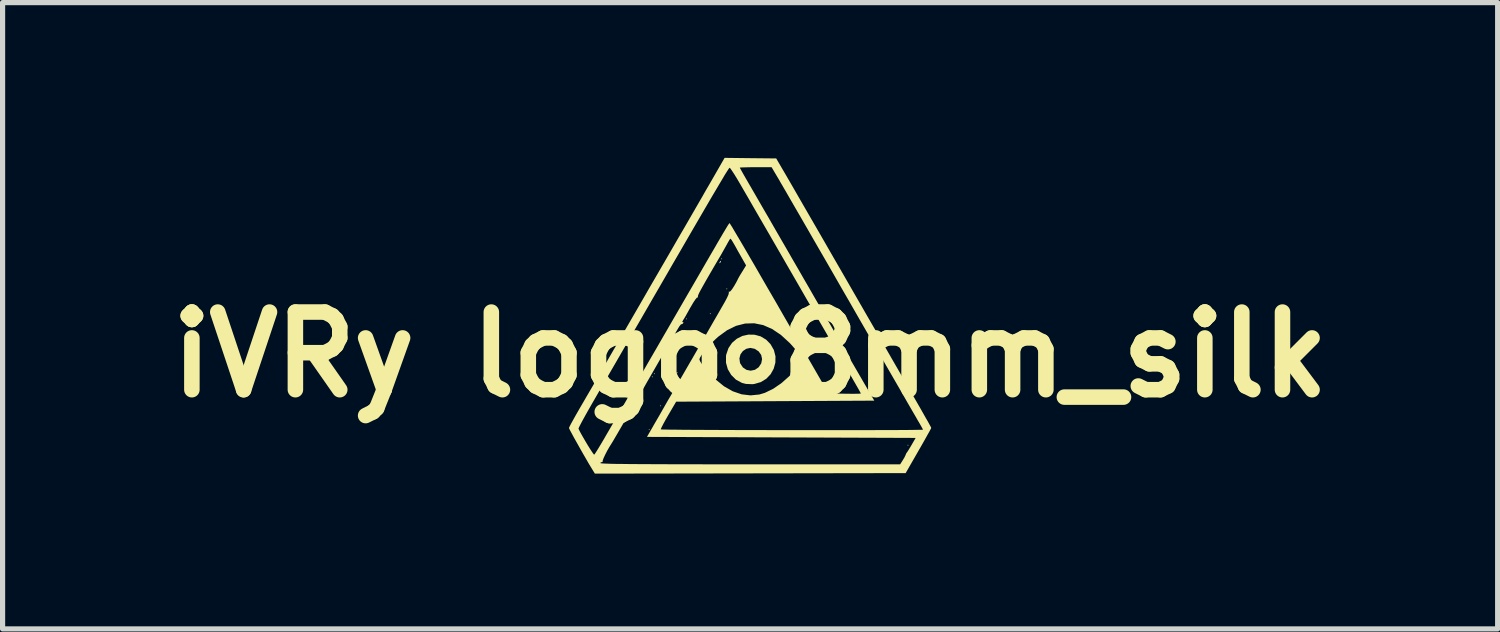
<source format=kicad_pcb>
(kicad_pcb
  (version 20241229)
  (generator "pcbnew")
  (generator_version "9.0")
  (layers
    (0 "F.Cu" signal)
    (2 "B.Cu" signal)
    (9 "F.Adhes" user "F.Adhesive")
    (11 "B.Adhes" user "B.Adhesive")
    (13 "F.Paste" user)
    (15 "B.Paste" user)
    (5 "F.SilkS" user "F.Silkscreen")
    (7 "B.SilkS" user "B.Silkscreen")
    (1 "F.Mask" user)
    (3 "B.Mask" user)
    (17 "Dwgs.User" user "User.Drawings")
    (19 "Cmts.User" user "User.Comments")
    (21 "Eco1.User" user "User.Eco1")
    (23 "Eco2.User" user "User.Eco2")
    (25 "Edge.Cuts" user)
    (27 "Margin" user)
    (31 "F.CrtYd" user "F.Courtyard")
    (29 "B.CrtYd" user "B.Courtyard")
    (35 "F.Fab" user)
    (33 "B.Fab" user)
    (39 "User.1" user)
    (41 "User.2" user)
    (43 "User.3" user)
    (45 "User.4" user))
  (footprint "iVRy logo 8mm_silk"
    (layer "F.Cu")
    (at 11.443 3.801)
    (property "Reference" "iVRy logo 8mm_silk" (at 0 0 0) (layer "F.SilkS") (effects (font (size 1.5 1.5) (thickness 0.3))))
    (attr board_only exclude_from_pos_files exclude_from_bom)
    (fp_poly (pts (xy -2.32 1.23) (xy -2.33 1.24) (xy -2.34 1.23) (xy -2.33 1.22)) (stroke (width 0) (type solid)) (fill yes) (layer "F.SilkS"))
    (fp_poly (pts (xy -1.94 1.45) (xy -1.95 1.46) (xy -1.96 1.45) (xy -1.95 1.44)) (stroke (width 0) (type solid)) (fill yes) (layer "F.SilkS"))
    (fp_poly (pts (xy -1.88 0.43) (xy -1.89 0.44) (xy -1.9 0.43) (xy -1.89 0.42)) (stroke (width 0) (type solid)) (fill yes) (layer "F.SilkS"))
    (fp_poly (pts (xy -1.84 0.37) (xy -1.85 0.38) (xy -1.86 0.37) (xy -1.85 0.36)) (stroke (width 0) (type solid)) (fill yes) (layer "F.SilkS"))
    (fp_poly (pts (xy -1.72 0.99) (xy -1.73 1) (xy -1.74 0.99) (xy -1.73 0.98)) (stroke (width 0) (type solid)) (fill yes) (layer "F.SilkS"))
    (fp_poly (pts (xy -1.68 0.15) (xy -1.69 0.16) (xy -1.7 0.15) (xy -1.69 0.14)) (stroke (width 0) (type solid)) (fill yes) (layer "F.SilkS"))
    (fp_poly (pts (xy -1.66 0.11) (xy -1.67 0.12) (xy -1.68 0.11) (xy -1.67 0.1)) (stroke (width 0) (type solid)) (fill yes) (layer "F.SilkS"))
    (fp_poly (pts (xy -1.64 0.01) (xy -1.65 0.02) (xy -1.66 0.01) (xy -1.65 0)) (stroke (width 0) (type solid)) (fill yes) (layer "F.SilkS"))
    (fp_poly (pts (xy -1.46 -0.31) (xy -1.47 -0.3) (xy -1.48 -0.31) (xy -1.47 -0.32)) (stroke (width 0) (type solid)) (fill yes) (layer "F.SilkS"))
    (fp_poly (pts (xy -1.46 -0.23) (xy -1.47 -0.22) (xy -1.48 -0.23) (xy -1.47 -0.24)) (stroke (width 0) (type solid)) (fill yes) (layer "F.SilkS"))
    (fp_poly (pts (xy -1.4 0.35) (xy -1.41 0.36) (xy -1.42 0.35) (xy -1.41 0.34)) (stroke (width 0) (type solid)) (fill yes) (layer "F.SilkS"))
    (fp_poly (pts (xy -1.38 0.47) (xy -1.39 0.48) (xy -1.4 0.47) (xy -1.39 0.46)) (stroke (width 0) (type solid)) (fill yes) (layer "F.SilkS"))
    (fp_poly (pts (xy -1.22 -0.69) (xy -1.23 -0.68) (xy -1.24 -0.69) (xy -1.23 -0.7)) (stroke (width 0) (type solid)) (fill yes) (layer "F.SilkS"))
    (fp_poly (pts (xy -0.92 -0.37) (xy -0.93 -0.36) (xy -0.94 -0.37) (xy -0.93 -0.38)) (stroke (width 0) (type solid)) (fill yes) (layer "F.SilkS"))
    (fp_poly (pts (xy -0.92 -0.31) (xy -0.93 -0.3) (xy -0.94 -0.31) (xy -0.93 -0.32)) (stroke (width 0) (type solid)) (fill yes) (layer "F.SilkS"))
    (fp_poly (pts (xy -0.76 -0.79) (xy -0.77 -0.78) (xy -0.78 -0.79) (xy -0.77 -0.8)) (stroke (width 0) (type solid)) (fill yes) (layer "F.SilkS"))
    (fp_poly (pts (xy -0.54 -1.85) (xy -0.55 -1.84) (xy -0.56 -1.85) (xy -0.55 -1.86)) (stroke (width 0) (type solid)) (fill yes) (layer "F.SilkS"))
    (fp_poly (pts (xy -0.44 -1.27) (xy -0.45 -1.26) (xy -0.46 -1.27) (xy -0.45 -1.28)) (stroke (width 0) (type solid)) (fill yes) (layer "F.SilkS"))
    (fp_poly (pts (xy 3.06 1.75) (xy 3.05 1.76) (xy 3.04 1.75) (xy 3.05 1.74)) (stroke (width 0) (type solid)) (fill yes) (layer "F.SilkS"))
    (fp_poly (pts (xy -0.566 -1.789) (xy -0.578 -1.775) (xy -0.594 -1.762) (xy -0.59 -1.782) (xy -0.589 -1.786) (xy -0.573 -1.81) (xy -0.564 -1.811)) (stroke (width 0) (type solid)) (fill yes) (layer "F.SilkS"))
    (fp_poly (pts (xy 0.086 -0.384) (xy 0.203 -0.352) (xy 0.31 -0.288) (xy 0.393 -0.203) (xy 0.459 -0.088) (xy 0.49 0.033) (xy 0.488 0.155) (xy 0.456 0.272) (xy 0.397 0.378) (xy 0.314 0.466) (xy 0.208 0.531) (xy 0.084 0.567) (xy 0.045 0.572) (xy -0.08 0.567) (xy -0.158 0.547) (xy -0.273 0.485) (xy -0.365 0.394) (xy -0.431 0.283) (xy -0.466 0.158) (xy -0.466 0.073) (xy -0.207 0.073) (xy -0.196 0.157) (xy -0.19 0.172) (xy -0.14 0.248) (xy -0.07 0.295) (xy 0.011 0.311) (xy 0.093 0.294) (xy 0.165 0.245) (xy 0.215 0.169) (xy 0.231 0.087) (xy 0.214 0.007) (xy 0.165 -0.062) (xy 0.088 -0.112) (xy 0.004 -0.129) (xy -0.074 -0.112) (xy -0.14 -0.068) (xy -0.186 -0.005) (xy -0.207 0.073) (xy -0.466 0.073) (xy -0.466 0.028) (xy -0.462 0.002) (xy -0.419 -0.124) (xy -0.349 -0.227) (xy -0.257 -0.306) (xy -0.15 -0.36) (xy -0.033 -0.386)) (stroke (width 0) (type solid)) (fill yes) (layer "F.SilkS"))
    (fp_poly (pts (xy 0.006 -3.795) (xy 0.504 -3.79) (xy 0.615 -3.6) (xy 0.676 -3.496) (xy 0.756 -3.358) (xy 0.855 -3.187) (xy 0.971 -2.985) (xy 1.105 -2.753) (xy 1.256 -2.492) (xy 1.423 -2.203) (xy 1.605 -1.886) (xy 1.803 -1.544) (xy 2.014 -1.177) (xy 2.07 -1.08) (xy 2.268 -0.736) (xy 2.448 -0.425) (xy 2.609 -0.145) (xy 2.753 0.106) (xy 2.881 0.328) (xy 2.993 0.523) (xy 3.091 0.694) (xy 3.176 0.842) (xy 3.249 0.969) (xy 3.31 1.075) (xy 3.36 1.164) (xy 3.401 1.236) (xy 3.434 1.293) (xy 3.458 1.337) (xy 3.476 1.37) (xy 3.488 1.392) (xy 3.496 1.407) (xy 3.499 1.415) (xy 3.499 1.417) (xy 3.49 1.437) (xy 3.463 1.487) (xy 3.421 1.562) (xy 3.368 1.657) (xy 3.305 1.768) (xy 3.252 1.86) (xy 3.005 2.29) (xy 0.003 2.295) (xy -2.999 2.3) (xy -3.027 2.255) (xy -3.065 2.193) (xy -3.114 2.112) (xy -3.124 2.095) (xy -2.894 2.095) (xy -2.888 2.099) (xy -2.867 2.102) (xy -2.829 2.105) (xy -2.772 2.107) (xy -2.695 2.11) (xy -2.596 2.112) (xy -2.473 2.113) (xy -2.325 2.115) (xy -2.151 2.116) (xy -1.948 2.117) (xy -1.714 2.118) (xy -1.449 2.119) (xy -1.151 2.119) (xy -0.818 2.12) (xy -0.448 2.12) (xy -0.04 2.12) (xy -0.002 2.12) (xy 2.899 2.12) (xy 2.949 2.041) (xy 2.981 1.988) (xy 3.001 1.947) (xy 3.005 1.936) (xy 3.018 1.905) (xy 3.023 1.9) (xy 3.038 1.879) (xy 3.068 1.832) (xy 3.106 1.769) (xy 3.117 1.75) (xy 3.198 1.61) (xy 0.603 1.6) (xy -1.993 1.59) (xy -1.909 1.445) (xy -1.726 1.445) (xy -1.706 1.447) (xy -1.648 1.448) (xy -1.557 1.45) (xy -1.434 1.451) (xy -1.283 1.453) (xy -1.106 1.454) (xy -0.907 1.455) (xy -0.688 1.456) (xy -0.453 1.457) (xy -0.204 1.458) (xy 0.057 1.458) (xy 0.325 1.459) (xy 0.598 1.459) (xy 0.873 1.46) (xy 1.148 1.46) (xy 1.419 1.46) (xy 1.684 1.46) (xy 1.939 1.46) (xy 2.182 1.46) (xy 2.41 1.459) (xy 2.619 1.458) (xy 2.808 1.458) (xy 2.973 1.457) (xy 3.111 1.456) (xy 3.219 1.454) (xy 3.294 1.453) (xy 3.334 1.452) (xy 3.34 1.451) (xy 3.33 1.43) (xy 3.305 1.384) (xy 3.268 1.319) (xy 3.242 1.276) (xy 3.22 1.237) (xy 3.179 1.166) (xy 3.121 1.066) (xy 3.046 0.937) (xy 2.958 0.783) (xy 2.856 0.606) (xy 2.742 0.409) (xy 2.617 0.193) (xy 2.484 -0.039) (xy 2.342 -0.285) (xy 2.194 -0.542) (xy 2.041 -0.808) (xy 1.931 -1) (xy 1.773 -1.273) (xy 1.62 -1.54) (xy 1.471 -1.799) (xy 1.328 -2.046) (xy 1.193 -2.28) (xy 1.067 -2.499) (xy 0.952 -2.698) (xy 0.848 -2.877) (xy 0.758 -3.033) (xy 0.683 -3.163) (xy 0.624 -3.265) (xy 0.582 -3.336) (xy 0.566 -3.365) (xy 0.415 -3.62) (xy 0.108 -3.62) (xy 0.002 -3.62) (xy -0.088 -3.618) (xy -0.156 -3.616) (xy -0.194 -3.614) (xy -0.2 -3.612) (xy -0.19 -3.593) (xy -0.164 -3.546) (xy -0.124 -3.475) (xy -0.074 -3.388) (xy -0.033 -3.317) (xy 0.025 -3.217) (xy 0.098 -3.091) (xy 0.18 -2.949) (xy 0.267 -2.798) (xy 0.354 -2.649) (xy 0.405 -2.56) (xy 0.494 -2.405) (xy 0.597 -2.227) (xy 0.706 -2.039) (xy 0.814 -1.851) (xy 0.915 -1.677) (xy 0.965 -1.59) (xy 1.046 -1.449) (xy 1.143 -1.282) (xy 1.249 -1.097) (xy 1.361 -0.904) (xy 1.473 -0.71) (xy 1.58 -0.524) (xy 1.64 -0.42) (xy 1.736 -0.254) (xy 1.833 -0.085) (xy 1.929 0.081) (xy 2.02 0.237) (xy 2.101 0.377) (xy 2.169 0.494) (xy 2.213 0.57) (xy 2.399 0.89) (xy 0.485 0.9) (xy -1.429 0.91) (xy -1.582 1.17) (xy -1.634 1.261) (xy -1.678 1.341) (xy -1.709 1.402) (xy -1.725 1.438) (xy -1.726 1.445) (xy -1.909 1.445) (xy -1.855 1.35) (xy -1.801 1.257) (xy -1.751 1.171) (xy -1.711 1.101) (xy -1.686 1.056) (xy -1.682 1.05) (xy -1.656 1.004) (xy -1.617 0.936) (xy -1.574 0.861) (xy -1.567 0.85) (xy -1.484 0.708) (xy -1.385 0.537) (xy -1.273 0.344) (xy -1.153 0.136) (xy -1.128 0.094) (xy -0.98 0.094) (xy -0.966 0.13) (xy -0.929 0.187) (xy -0.873 0.259) (xy -0.804 0.34) (xy -0.727 0.422) (xy -0.667 0.48) (xy -0.504 0.613) (xy -0.335 0.709) (xy -0.163 0.768) (xy 0.009 0.788) (xy 0.179 0.771) (xy 0.285 0.739) (xy 0.444 0.662) (xy 0.605 0.552) (xy 0.76 0.414) (xy 0.902 0.253) (xy 0.933 0.213) (xy 1.019 0.096) (xy 0.956 0.003) (xy 0.912 -0.055) (xy 0.851 -0.128) (xy 0.784 -0.204) (xy 0.761 -0.228) (xy 0.594 -0.381) (xy 0.424 -0.495) (xy 0.252 -0.57) (xy 0.078 -0.605) (xy -0.096 -0.6) (xy -0.27 -0.556) (xy -0.443 -0.472) (xy -0.613 -0.348) (xy -0.661 -0.305) (xy -0.74 -0.228) (xy -0.815 -0.146) (xy -0.882 -0.066) (xy -0.936 0.006) (xy -0.97 0.062) (xy -0.98 0.094) (xy -1.128 0.094) (xy -1.028 -0.08) (xy -0.902 -0.299) (xy -0.844 -0.4) (xy -0.767 -0.534) (xy -0.692 -0.665) (xy -0.621 -0.787) (xy -0.56 -0.894) (xy -0.512 -0.977) (xy -0.485 -1.024) (xy -0.446 -1.098) (xy -0.419 -1.158) (xy -0.41 -1.196) (xy -0.411 -1.202) (xy -0.415 -1.217) (xy -0.404 -1.213) (xy -0.383 -1.222) (xy -0.35 -1.261) (xy -0.311 -1.321) (xy -0.276 -1.382) (xy -0.251 -1.428) (xy -0.24 -1.45) (xy -0.24 -1.451) (xy -0.23 -1.471) (xy -0.205 -1.516) (xy -0.168 -1.577) (xy -0.159 -1.591) (xy -0.078 -1.723) (xy -0.182 -1.907) (xy -0.231 -1.992) (xy -0.276 -2.074) (xy -0.313 -2.139) (xy -0.328 -2.165) (xy -0.356 -2.211) (xy -0.376 -2.237) (xy -0.38 -2.24) (xy -0.395 -2.224) (xy -0.42 -2.182) (xy -0.44 -2.146) (xy -0.472 -2.088) (xy -0.517 -2.008) (xy -0.568 -1.918) (xy -0.602 -1.861) (xy -0.707 -1.682) (xy -0.793 -1.534) (xy -0.862 -1.414) (xy -0.915 -1.32) (xy -0.955 -1.248) (xy -0.983 -1.195) (xy -1 -1.158) (xy -1.008 -1.134) (xy -1.01 -1.121) (xy -1.008 -1.117) (xy -1.006 -1.103) (xy -1.013 -1.106) (xy -1.029 -1.1) (xy -1.057 -1.066) (xy -1.099 -1.003) (xy -1.155 -0.908) (xy -1.219 -0.794) (xy -1.254 -0.731) (xy -1.289 -0.674) (xy -1.295 -0.664) (xy -1.312 -0.633) (xy -1.308 -0.625) (xy -1.305 -0.627) (xy -1.289 -0.629) (xy -1.292 -0.611) (xy -1.31 -0.589) (xy -1.32 -0.59) (xy -1.339 -0.581) (xy -1.367 -0.546) (xy -1.38 -0.525) (xy -1.42 -0.458) (xy -1.475 -0.363) (xy -1.545 -0.243) (xy -1.625 -0.104) (xy -1.713 0.047) (xy -1.805 0.207) (xy -1.898 0.369) (xy -1.99 0.528) (xy -2.059 0.65) (xy -2.201 0.896) (xy -2.324 1.111) (xy -2.43 1.295) (xy -2.518 1.447) (xy -2.588 1.567) (xy -2.638 1.653) (xy -2.67 1.706) (xy -2.679 1.72) (xy -2.719 1.784) (xy -2.761 1.857) (xy -2.799 1.931) (xy -2.829 1.995) (xy -2.847 2.042) (xy -2.849 2.062) (xy -2.852 2.076) (xy -2.861 2.075) (xy -2.889 2.086) (xy -2.894 2.095) (xy -3.124 2.095) (xy -3.17 2.015) (xy -3.231 1.91) (xy -3.292 1.802) (xy -3.351 1.697) (xy -3.405 1.601) (xy -3.449 1.519) (xy -3.482 1.458) (xy -3.495 1.43) (xy -3.316 1.43) (xy -3.316 1.43) (xy -3.302 1.462) (xy -3.273 1.517) (xy -3.233 1.588) (xy -3.187 1.667) (xy -3.139 1.748) (xy -3.093 1.822) (xy -3.053 1.883) (xy -3.025 1.922) (xy -3.013 1.934) (xy -2.998 1.916) (xy -2.967 1.868) (xy -2.923 1.797) (xy -2.869 1.707) (xy -2.809 1.605) (xy -2.806 1.599) (xy -2.767 1.532) (xy -2.709 1.432) (xy -2.635 1.305) (xy -2.547 1.153) (xy -2.447 0.979) (xy -2.335 0.786) (xy -2.215 0.579) (xy -2.088 0.359) (xy -1.956 0.13) (xy -1.82 -0.104) (xy -1.73 -0.26) (xy -1.541 -0.587) (xy -1.37 -0.882) (xy -1.218 -1.145) (xy -1.082 -1.379) (xy -0.963 -1.585) (xy -0.859 -1.765) (xy -0.768 -1.922) (xy -0.69 -2.055) (xy -0.625 -2.168) (xy -0.57 -2.262) (xy -0.525 -2.339) (xy -0.488 -2.4) (xy -0.46 -2.447) (xy -0.439 -2.482) (xy -0.423 -2.507) (xy -0.412 -2.524) (xy -0.405 -2.533) (xy -0.4 -2.538) (xy -0.398 -2.539) (xy -0.391 -2.531) (xy -0.374 -2.505) (xy -0.346 -2.461) (xy -0.308 -2.396) (xy -0.257 -2.31) (xy -0.193 -2.202) (xy -0.116 -2.071) (xy -0.025 -1.914) (xy 0.082 -1.731) (xy 0.203 -1.521) (xy 0.341 -1.282) (xy 0.497 -1.014) (xy 0.669 -0.714) (xy 0.861 -0.382) (xy 1.071 -0.017) (xy 1.076 -0.01) (xy 1.514 0.75) (xy 1.827 0.756) (xy 1.934 0.757) (xy 2.025 0.757) (xy 2.094 0.756) (xy 2.133 0.753) (xy 2.14 0.752) (xy 2.13 0.733) (xy 2.103 0.683) (xy 2.059 0.606) (xy 2.001 0.505) (xy 1.931 0.383) (xy 1.852 0.244) (xy 1.764 0.092) (xy 1.697 -0.024) (xy 1.596 -0.199) (xy 1.494 -0.376) (xy 1.393 -0.55) (xy 1.298 -0.714) (xy 1.213 -0.863) (xy 1.139 -0.991) (xy 1.08 -1.092) (xy 1.064 -1.12) (xy 1.009 -1.216) (xy 0.937 -1.341) (xy 0.85 -1.492) (xy 0.751 -1.663) (xy 0.644 -1.849) (xy 0.53 -2.046) (xy 0.413 -2.249) (xy 0.295 -2.453) (xy 0.179 -2.653) (xy 0.068 -2.845) (xy -0.035 -3.024) (xy -0.128 -3.184) (xy -0.195 -3.3) (xy -0.254 -3.4) (xy -0.307 -3.486) (xy -0.351 -3.553) (xy -0.382 -3.597) (xy -0.396 -3.61) (xy -0.402 -3.605) (xy -0.415 -3.588) (xy -0.434 -3.559) (xy -0.461 -3.517) (xy -0.497 -3.459) (xy -0.541 -3.384) (xy -0.596 -3.292) (xy -0.662 -3.18) (xy -0.74 -3.049) (xy -0.83 -2.895) (xy -0.933 -2.718) (xy -1.05 -2.517) (xy -1.182 -2.29) (xy -1.329 -2.036) (xy -1.493 -1.754) (xy -1.673 -1.442) (xy -1.872 -1.099) (xy -2.089 -0.723) (xy -2.27 -0.41) (xy -2.38 -0.219) (xy -2.494 -0.022) (xy -2.609 0.177) (xy -2.721 0.37) (xy -2.825 0.551) (xy -2.92 0.714) (xy -3 0.853) (xy -3.044 0.929) (xy -3.116 1.055) (xy -3.181 1.17) (xy -3.236 1.27) (xy -3.278 1.349) (xy -3.306 1.404) (xy -3.316 1.43) (xy -3.495 1.43) (xy -3.498 1.424) (xy -3.5 1.418) (xy -3.49 1.394) (xy -3.463 1.341) (xy -3.421 1.265) (xy -3.368 1.17) (xy -3.306 1.062) (xy -3.283 1.022) (xy -3.225 0.923) (xy -3.151 0.795) (xy -3.063 0.645) (xy -2.966 0.478) (xy -2.863 0.3) (xy -2.758 0.117) (xy -2.653 -0.065) (xy -2.609 -0.14) (xy -2.501 -0.327) (xy -2.378 -0.54) (xy -2.244 -0.772) (xy -2.104 -1.014) (xy -1.963 -1.259) (xy -1.825 -1.497) (xy -1.695 -1.721) (xy -1.62 -1.85) (xy -1.506 -2.047) (xy -1.388 -2.252) (xy -1.268 -2.457) (xy -1.152 -2.658) (xy -1.042 -2.848) (xy -0.942 -3.021) (xy -0.856 -3.172) (xy -0.79 -3.285) (xy -0.493 -3.801)) (stroke (width 0) (type solid)) (fill yes) (layer "F.SilkS")))
  (gr_rect
    (start -3 -3)
    (end 25.886 9.101)
    (stroke (width 0.1) (type default))
    (fill no)
    (layer "Edge.Cuts")))
</source>
